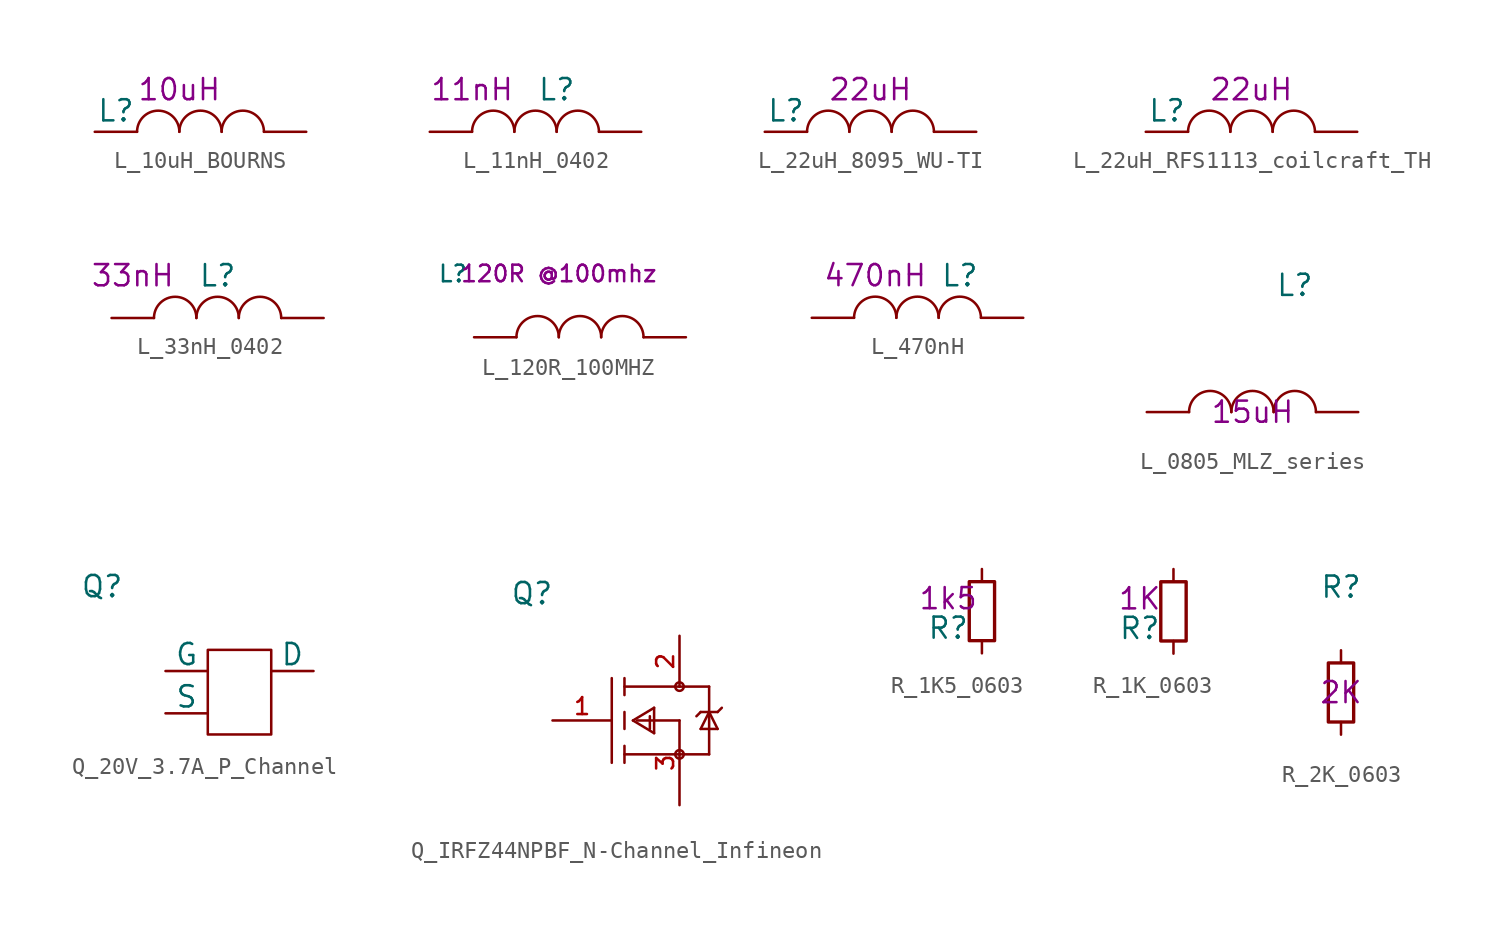
<source format=kicad_sym>
(kicad_symbol_lib
  (version 20220914)
  (generator kicad_symbol_editor)
  (symbol "L_10uH_BOURNS"
    (pin_numbers hide)
    (pin_names
      (offset 0))
    (property "Reference" "L"
      (at -5.08 1.27 0)
      (effects (font (size 1.27 1.27))))
    (property "Waarde" "10uH"
      (at -1.27 2.54 0)
      (effects (font (size 1.27 1.27))))
    (symbol "L_10uH_BOURNS_1_1"
      (arc (start -1.27 0) (mid -2.54 1.2645) (end -3.81 0) (stroke (width 0) (type solid)) (fill (type none)))
      (arc (start 1.27 0) (mid 0 1.2645) (end -1.27 0) (stroke (width 0) (type solid)) (fill (type none)))
      (arc (start 3.81 0) (mid 2.54 1.2645) (end 1.27 0) (stroke (width 0) (type solid)) (fill (type none)))
      (pin input line (at -6.35 0 0) (length 2.54) (name "~" (effects (font (size 1.27 1.27)))) (number "1" (effects (font (size 1.27 1.27)))))
      (pin input line (at 6.35 0 180) (length 2.54) (name "~" (effects (font (size 1.27 1.27)))) (number "2" (effects (font (size 1.27 1.27)))))))
  (symbol "L_11nH_0402"
    (pin_numbers hide)
    (pin_names
      (offset 0))
    (property "Reference" "L"
      (at 1.27 2.54 0)
      (effects (font (size 1.27 1.27))))
    (property "Waarde" "11nH"
      (at -3.81 2.54 0)
      (effects (font (size 1.27 1.27))))
    (symbol "L_11nH_0402_1_1"
      (arc (start -1.27 0) (mid -2.54 1.2645) (end -3.81 0) (stroke (width 0) (type solid)) (fill (type none)))
      (arc (start 1.27 0) (mid 0 1.2645) (end -1.27 0) (stroke (width 0) (type solid)) (fill (type none)))
      (arc (start 3.81 0) (mid 2.54 1.2645) (end 1.27 0) (stroke (width 0) (type solid)) (fill (type none)))
      (pin input line (at -6.35 0 0) (length 2.54) (name "~" (effects (font (size 1.27 1.27)))) (number "1" (effects (font (size 1.27 1.27)))))
      (pin input line (at 6.35 0 180) (length 2.54) (name "~" (effects (font (size 1.27 1.27)))) (number "2" (effects (font (size 1.27 1.27)))))))
  (symbol "L_22uH_8095_WU-TI"
    (pin_numbers hide)
    (pin_names
      (offset 0))
    (property "Reference" "L"
      (at -5.08 1.27 0)
      (effects (font (size 1.27 1.27))))
    (property "Waarde" "22uH"
      (at 0 2.54 0)
      (effects (font (size 1.27 1.27))))
    (symbol "L_22uH_8095_WU-TI_1_1"
      (arc (start -1.27 0) (mid -2.54 1.2645) (end -3.81 0) (stroke (width 0) (type solid)) (fill (type none)))
      (arc (start 1.27 0) (mid 0 1.2645) (end -1.27 0) (stroke (width 0) (type solid)) (fill (type none)))
      (arc (start 3.81 0) (mid 2.54 1.2645) (end 1.27 0) (stroke (width 0) (type solid)) (fill (type none)))
      (pin input line (at -6.35 0 0) (length 2.54) (name "~" (effects (font (size 1.27 1.27)))) (number "1" (effects (font (size 1.27 1.27)))))
      (pin input line (at 6.35 0 180) (length 2.54) (name "~" (effects (font (size 1.27 1.27)))) (number "2" (effects (font (size 1.27 1.27)))))))
  (symbol "L_22uH_RFS1113_coilcraft_TH"
    (pin_numbers hide)
    (pin_names
      (offset 0))
    (property "Reference" "L"
      (at -5.08 1.27 0)
      (effects (font (size 1.27 1.27))))
    (property "Waarde" "22uH"
      (at 0 2.54 0)
      (effects (font (size 1.27 1.27))))
    (symbol "L_22uH_RFS1113_coilcraft_TH_1_1"
      (arc (start -1.27 0) (mid -2.54 1.2645) (end -3.81 0) (stroke (width 0) (type solid)) (fill (type none)))
      (arc (start 1.27 0) (mid 0 1.2645) (end -1.27 0) (stroke (width 0) (type solid)) (fill (type none)))
      (arc (start 3.81 0) (mid 2.54 1.2645) (end 1.27 0) (stroke (width 0) (type solid)) (fill (type none)))
      (pin input line (at -6.35 0 0) (length 2.54) (name "~" (effects (font (size 1.27 1.27)))) (number "1" (effects (font (size 1.27 1.27)))))
      (pin input line (at 6.35 0 180) (length 2.54) (name "~" (effects (font (size 1.27 1.27)))) (number "2" (effects (font (size 1.27 1.27)))))))
  (symbol "L_33nH_0402"
    (pin_numbers hide)
    (pin_names
      (offset 0))
    (property "Reference" "L"
      (at 0 2.54 0)
      (effects (font (size 1.27 1.27))))
    (property "Waarde" "33nH"
      (at -5.08 2.54 0)
      (effects (font (size 1.27 1.27))))
    (symbol "L_33nH_0402_1_1"
      (arc (start -1.27 0) (mid -2.54 1.2645) (end -3.81 0) (stroke (width 0) (type solid)) (fill (type none)))
      (arc (start 1.27 0) (mid 0 1.2645) (end -1.27 0) (stroke (width 0) (type solid)) (fill (type none)))
      (arc (start 3.81 0) (mid 2.54 1.2645) (end 1.27 0) (stroke (width 0) (type solid)) (fill (type none)))
      (pin input line (at -6.35 0 0) (length 2.54) (name "~" (effects (font (size 1.27 1.27)))) (number "1" (effects (font (size 1.27 1.27)))))
      (pin input line (at 6.35 0 180) (length 2.54) (name "~" (effects (font (size 1.27 1.27)))) (number "2" (effects (font (size 1.27 1.27)))))))
  (symbol "L_120R_100MHZ"
    (pin_numbers hide)
    (pin_names
      (offset 0))
    (property "Reference" "L"
      (at -7.62 3.81 0)
      (effects (font (size 0.991 0.991))))
    (property "Waarde" "120R @100mhz"
      (at -1.27 3.81 0)
      (effects (font (size 0.991 0.991))))
    (symbol "L_120R_100MHZ_1_1"
      (arc (start -1.27 0) (mid -2.54 1.2645) (end -3.81 0) (stroke (width 0) (type solid)) (fill (type none)))
      (arc (start 1.27 0) (mid 0 1.2645) (end -1.27 0) (stroke (width 0) (type solid)) (fill (type none)))
      (arc (start 3.81 0) (mid 2.54 1.2645) (end 1.27 0) (stroke (width 0) (type solid)) (fill (type none)))
      (pin input line (at -6.35 0 0) (length 2.54) (name "~" (effects (font (size 1.27 1.27)))) (number "1" (effects (font (size 1.27 1.27)))))
      (pin input line (at 6.35 0 180) (length 2.54) (name "~" (effects (font (size 1.27 1.27)))) (number "2" (effects (font (size 1.27 1.27)))))))
  (symbol "L_470nH"
    (pin_numbers hide)
    (pin_names
      (offset 0) hide)
    (property "Reference" "L"
      (at 2.54 2.54 0)
      (effects (font (size 1.27 1.27))))
    (property "waarde" "470nH"
      (at -2.54 2.54 0)
      (effects (font (size 1.27 1.27))))
    (symbol "L_470nH_1_1"
      (arc (start -1.27 0) (mid -2.54 1.2645) (end -3.81 0) (stroke (width 0) (type solid)) (fill (type none)))
      (arc (start 1.27 0) (mid 0 1.2645) (end -1.27 0) (stroke (width 0) (type solid)) (fill (type none)))
      (arc (start 3.81 0) (mid 2.54 1.2645) (end 1.27 0) (stroke (width 0) (type solid)) (fill (type none)))
      (pin input line (at -6.35 0 0) (length 2.54) (name "~" (effects (font (size 1.27 1.27)))) (number "1" (effects (font (size 1.27 1.27)))))
      (pin input line (at 6.35 0 180) (length 2.54) (name "~" (effects (font (size 1.27 1.27)))) (number "2" (effects (font (size 1.27 1.27)))))))
  (symbol "L_0805_MLZ_series"
    (pin_numbers hide)
    (pin_names
      (offset 0) hide)
    (property "Reference" "L"
      (at 2.54 7.62 0)
      (effects (font (size 1.27 1.27))))
    (property "Waarde" "15uH"
      (at 0 0 0)
      (effects (font (size 1.27 1.27))))
    (symbol "L_0805_MLZ_series_1_1"
      (arc (start -1.27 0) (mid -2.54 1.2645) (end -3.81 0) (stroke (width 0) (type solid)) (fill (type none)))
      (arc (start 1.27 0) (mid 0 1.2645) (end -1.27 0) (stroke (width 0) (type solid)) (fill (type none)))
      (arc (start 3.81 0) (mid 2.54 1.2645) (end 1.27 0) (stroke (width 0) (type solid)) (fill (type none)))
      (pin input line (at -6.35 0 0) (length 2.54) (name "~" (effects (font (size 1.27 1.27)))) (number "1" (effects (font (size 1.27 1.27)))))
      (pin input line (at 6.35 0 180) (length 2.54) (name "~" (effects (font (size 1.27 1.27)))) (number "2" (effects (font (size 1.27 1.27)))))))
  (symbol "Q_20V_3.7A_P_Channel"
    (pin_numbers hide)
    (pin_names
      (offset 0))
    (property "Reference" "Q"
      (at -3.81 5.08 0)
      (effects (font (size 1.27 1.27))))
    (symbol "Q_20V_3.7A_P_Channel_0_1"
      (rectangle (start 2.54 1.27) (end 6.35 -3.81) (stroke (width 0) (type solid)) (fill (type none))))
    (symbol "Q_20V_3.7A_P_Channel_1_1"
      (pin input line (at 0 0 0) (length 2.54) (name "G" (effects (font (size 1.27 1.27)))) (number "1" (effects (font (size 1.27 1.27)))))
      (pin input line (at 0 -2.54 0) (length 2.54) (name "S" (effects (font (size 1.27 1.27)))) (number "2" (effects (font (size 1.27 1.27)))))
      (pin input line (at 8.89 0 180) (length 2.54) (name "D" (effects (font (size 1.27 1.27)))) (number "3" (effects (font (size 1.27 1.27)))))))
  (symbol "Q_IRFZ44NPBF_N-Channel_Infineon"
    (pin_names
      (offset 1.016))
    (property "Reference" "Q"
      (at -2.54 7.62 0)
      (effects (font (size 1.27 1.27)) (justify left)))
    (symbol "Q_IRFZ44NPBF_N-Channel_Infineon_1_1"
      (polyline (pts (xy 3.556 -2.54) (xy 3.556 2.54)) (stroke (width 0) (type solid)) (fill (type none)))
      (polyline (pts (xy 4.318 -2.032) (xy 7.62 -2.032)) (stroke (width 0) (type solid)) (fill (type none)))
      (polyline (pts (xy 4.318 -1.524) (xy 4.318 -2.54)) (stroke (width 0) (type solid)) (fill (type none)))
      (polyline (pts (xy 4.318 0.508) (xy 4.318 -0.508)) (stroke (width 0) (type solid)) (fill (type none)))
      (polyline (pts (xy 4.318 1.524) (xy 4.318 2.54)) (stroke (width 0) (type solid)) (fill (type none)))
      (polyline (pts (xy 4.318 2.032) (xy 7.62 2.032)) (stroke (width 0) (type solid)) (fill (type none)))
      (polyline (pts (xy 4.826 0) (xy 6.096 -0.762)) (stroke (width 0) (type solid)) (fill (type none)))
      (polyline (pts (xy 4.826 0) (xy 6.096 0.762)) (stroke (width 0) (type solid)) (fill (type none)))
      (polyline (pts (xy 5.08 0) (xy 7.62 0)) (stroke (width 0) (type solid)) (fill (type none)))
      (polyline (pts (xy 5.842 0.254) (xy 5.842 -0.508)) (stroke (width 0) (type solid)) (fill (type none)))
      (polyline (pts (xy 6.096 0.762) (xy 6.096 -0.762)) (stroke (width 0) (type solid)) (fill (type none)))
      (polyline (pts (xy 7.62 -2.032) (xy 9.398 -2.032)) (stroke (width 0) (type solid)) (fill (type none)))
      (polyline (pts (xy 8.89 -0.508) (xy 9.906 -0.508)) (stroke (width 0) (type solid)) (fill (type none)))
      (polyline (pts (xy 8.89 0.508) (xy 8.636 0.254)) (stroke (width 0) (type solid)) (fill (type none)))
      (polyline (pts (xy 9.398 -2.032) (xy 9.398 2.032)) (stroke (width 0) (type solid)) (fill (type none)))
      (polyline (pts (xy 9.398 0.508) (xy 8.89 -0.508)) (stroke (width 0) (type solid)) (fill (type none)))
      (polyline (pts (xy 9.398 0.508) (xy 8.89 0.508)) (stroke (width 0) (type solid)) (fill (type none)))
      (polyline (pts (xy 9.398 0.508) (xy 9.906 0.508)) (stroke (width 0) (type solid)) (fill (type none)))
      (polyline (pts (xy 9.398 2.032) (xy 7.62 2.032)) (stroke (width 0) (type solid)) (fill (type none)))
      (polyline (pts (xy 9.906 -0.508) (xy 9.398 0.508)) (stroke (width 0) (type solid)) (fill (type none)))
      (polyline (pts (xy 9.906 0.508) (xy 10.16 0.762)) (stroke (width 0) (type solid)) (fill (type none)))
      (circle (center 7.62 -2.032) (radius 0.254) (stroke (width 0) (type solid)) (fill (type none)))
      (circle (center 7.62 2.032) (radius 0.254) (stroke (width 0) (type solid)) (fill (type none)))
      (pin unspecified line (at 0 0 0) (length 3.556) (name "GATE" (effects (font (size 0 0)))) (number "1" (effects (font (size 1.016 1.016)))))
      (pin unspecified line (at 7.62 5.08 270) (length 3.048) (name "DRAIN" (effects (font (size 0 0)))) (number "2" (effects (font (size 1.016 1.016)))))
      (pin unspecified line (at 7.62 -5.08 90) (length 5.08) (name "SOURCE" (effects (font (size 0 0)))) (number "3" (effects (font (size 1.016 1.016)))))))
  (symbol "R_1K5_0603"
    (pin_numbers hide)
    (pin_names
      (offset 0) hide)
    (property "Reference" "R"
      (at -2.032 -1.016 0)
      (effects (font (size 1.27 1.27))))
    (property "Waarde" "1k5"
      (at -2.032 0.762 0)
      (effects (font (size 1.27 1.27))))
    (symbol "R_1K5_0603_0_1"
      (rectangle (start -0.762 1.778) (end 0.762 -1.778) (stroke (width 0.203) (type default)) (fill (type none))))
    (symbol "R_1K5_0603_1_1"
      (pin passive line (at 0 2.54 270) (length 0.762) (name "~" (effects (font (size 1.27 1.27)))) (number "1" (effects (font (size 1.27 1.27)))))
      (pin passive line (at 0 -2.54 90) (length 0.762) (name "~" (effects (font (size 1.27 1.27)))) (number "2" (effects (font (size 1.27 1.27)))))))
  (symbol "R_1K_0603"
    (pin_numbers hide)
    (pin_names
      (offset 0) hide)
    (property "Reference" "R"
      (at -2.032 -1.016 0)
      (effects (font (size 1.27 1.27))))
    (property "Waarde" "1K"
      (at -2.032 0.762 0)
      (effects (font (size 1.27 1.27))))
    (symbol "R_1K_0603_0_1"
      (rectangle (start -0.762 1.778) (end 0.762 -1.778) (stroke (width 0.203) (type default)) (fill (type none))))
    (symbol "R_1K_0603_1_1"
      (pin passive line (at 0 2.54 270) (length 0.762) (name "~" (effects (font (size 1.27 1.27)))) (number "1" (effects (font (size 1.27 1.27)))))
      (pin passive line (at 0 -2.54 90) (length 0.762) (name "~" (effects (font (size 1.27 1.27)))) (number "2" (effects (font (size 1.27 1.27)))))))
  (symbol "R_2K_0603"
    (pin_numbers hide)
    (pin_names
      (offset 0) hide)
    (property "Reference" "R"
      (at 0 6.35 0)
      (effects (font (size 1.27 1.27))))
    (property "Waarde" "2K"
      (at 0 0 0)
      (effects (font (size 1.27 1.27))))
    (symbol "R_2K_0603_0_1"
      (rectangle (start -0.762 1.778) (end 0.762 -1.778) (stroke (width 0.203) (type default)) (fill (type none))))
    (symbol "R_2K_0603_1_1"
      (pin passive line (at 0 2.54 270) (length 0.762) (name "~" (effects (font (size 1.27 1.27)))) (number "1" (effects (font (size 1.27 1.27)))))
      (pin passive line (at 0 -2.54 90) (length 0.762) (name "~" (effects (font (size 1.27 1.27)))) (number "2" (effects (font (size 1.27 1.27))))))))
</source>
